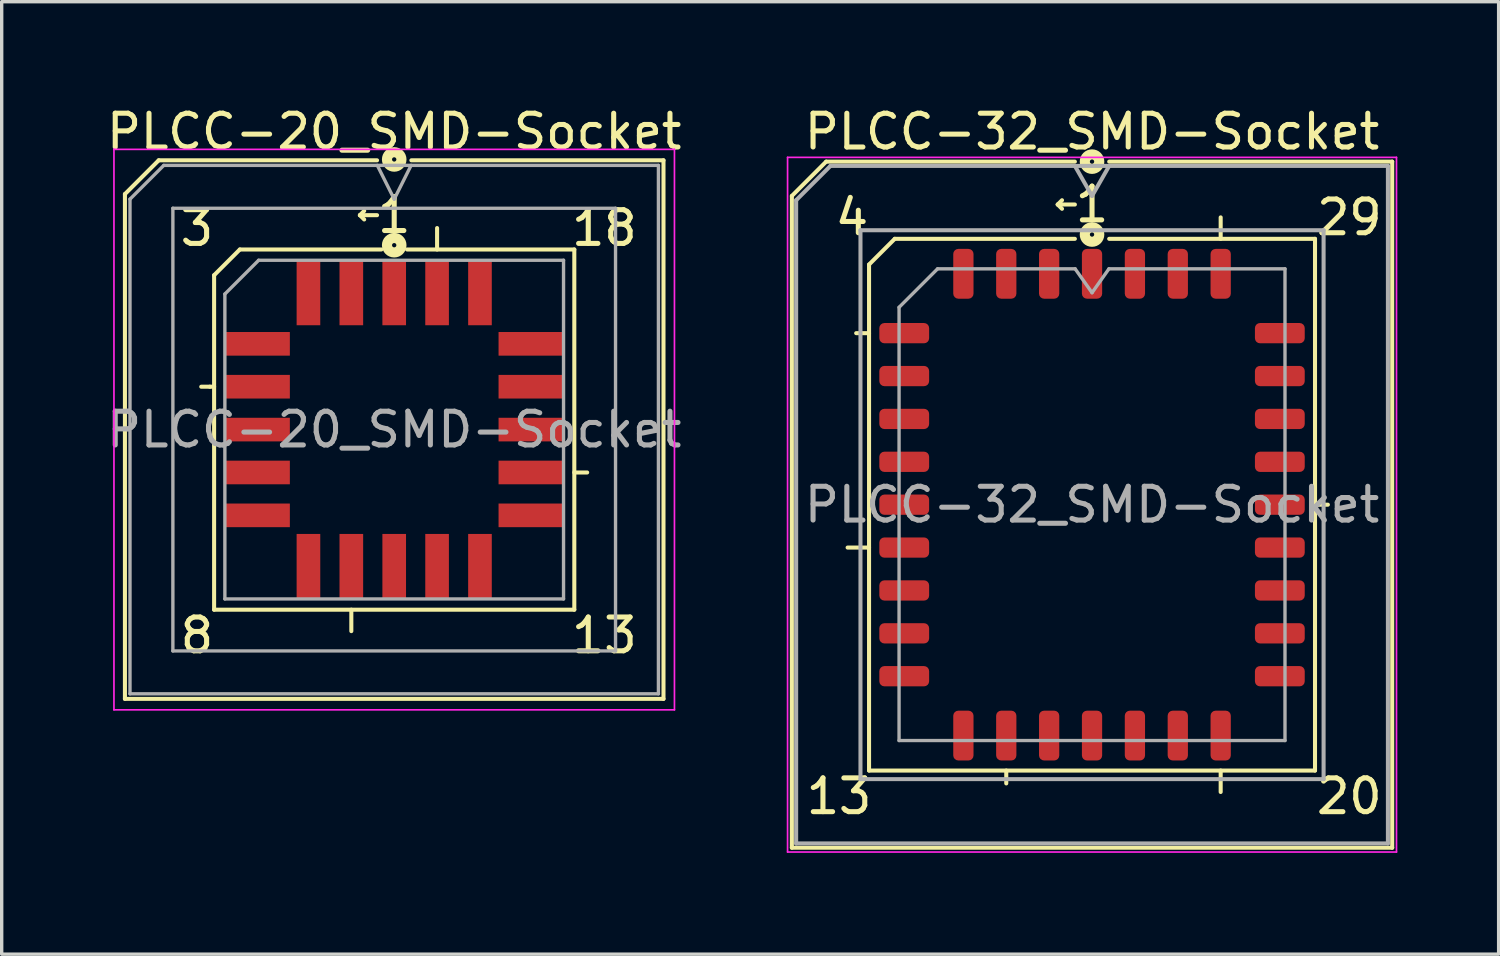
<source format=kicad_pcb>
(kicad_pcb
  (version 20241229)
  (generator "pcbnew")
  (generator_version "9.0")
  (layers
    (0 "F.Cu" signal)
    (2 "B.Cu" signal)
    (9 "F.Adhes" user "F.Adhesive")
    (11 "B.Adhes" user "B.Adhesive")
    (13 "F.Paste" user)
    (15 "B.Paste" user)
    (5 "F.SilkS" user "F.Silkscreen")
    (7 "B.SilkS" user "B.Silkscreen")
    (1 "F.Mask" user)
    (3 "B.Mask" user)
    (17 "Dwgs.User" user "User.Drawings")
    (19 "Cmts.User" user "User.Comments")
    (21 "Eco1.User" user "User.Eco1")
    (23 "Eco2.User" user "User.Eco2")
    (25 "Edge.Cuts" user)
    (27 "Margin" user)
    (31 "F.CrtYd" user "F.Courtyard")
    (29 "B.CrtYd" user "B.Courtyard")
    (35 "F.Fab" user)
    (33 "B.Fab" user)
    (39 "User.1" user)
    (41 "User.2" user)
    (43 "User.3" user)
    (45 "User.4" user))
  (footprint "PLCC-20_SMD-Socket"
    (layer "F.Cu")
    (at 8.625 9.673)
    (property "Reference" "PLCC-20_SMD-Socket" (at 0 -8.825 0) (layer "F.SilkS") (effects (font (size 1 1) (thickness 0.15))))
    (attr smd)
    (fp_line (start -7.975 -6.975) (end -7.975 7.975) (stroke (width 0.12) (type solid)) (layer "F.SilkS"))
    (fp_line (start -7.975 7.975) (end 7.975 7.975) (stroke (width 0.12) (type solid)) (layer "F.SilkS"))
    (fp_line (start -6.975 -7.975) (end -7.975 -6.975) (stroke (width 0.12) (type solid)) (layer "F.SilkS"))
    (fp_line (start -5.461 -1.27) (end -5.715 -1.27) (stroke (width 0.12) (type solid)) (layer "F.SilkS"))
    (fp_line (start -5.334 -4.572) (end -5.334 5.334) (stroke (width 0.12) (type solid)) (layer "F.SilkS"))
    (fp_line (start -5.334 -1.27) (end -5.461 -1.27) (stroke (width 0.12) (type solid)) (layer "F.SilkS"))
    (fp_line (start -5.334 5.334) (end 5.334 5.334) (stroke (width 0.12) (type solid)) (layer "F.SilkS"))
    (fp_line (start -4.572 -5.334) (end -5.334 -4.572) (stroke (width 0.12) (type solid)) (layer "F.SilkS"))
    (fp_line (start -1.27 5.334) (end -1.27 5.969) (stroke (width 0.12) (type solid)) (layer "F.SilkS"))
    (fp_line (start -1.016 -6.35) (end -0.889 -6.477) (stroke (width 0.12) (type solid)) (layer "F.SilkS"))
    (fp_line (start -1.016 -6.35) (end -0.889 -6.223) (stroke (width 0.12) (type solid)) (layer "F.SilkS"))
    (fp_line (start -0.508 -7.975) (end -6.975 -7.975) (stroke (width 0.12) (type solid)) (layer "F.SilkS"))
    (fp_line (start -0.508 -6.35) (end -1.016 -6.35) (stroke (width 0.12) (type solid)) (layer "F.SilkS"))
    (fp_line (start -0.381 -5.334) (end -4.572 -5.334) (stroke (width 0.12) (type solid)) (layer "F.SilkS"))
    (fp_line (start 1.27 -5.334) (end 1.27 -5.969) (stroke (width 0.12) (type solid)) (layer "F.SilkS"))
    (fp_line (start 5.334 -5.334) (end 0.381 -5.334) (stroke (width 0.12) (type solid)) (layer "F.SilkS"))
    (fp_line (start 5.334 1.27) (end 5.715 1.27) (stroke (width 0.12) (type solid)) (layer "F.SilkS"))
    (fp_line (start 5.334 5.334) (end 5.334 -5.334) (stroke (width 0.12) (type solid)) (layer "F.SilkS"))
    (fp_line (start 7.975 -7.975) (end 0.508 -7.975) (stroke (width 0.12) (type solid)) (layer "F.SilkS"))
    (fp_line (start 7.975 7.975) (end 7.975 -7.975) (stroke (width 0.12) (type solid)) (layer "F.SilkS"))
    (fp_circle (center 0 -8.001) (end 0.064 -8.001) (stroke (width 0.3) (type solid)) (fill no) (layer "F.SilkS"))
    (fp_circle (center 0 -5.461) (end 0.064 -5.461) (stroke (width 0.3) (type solid)) (fill no) (layer "F.SilkS"))
    (fp_line (start -8.3 -8.3) (end -8.3 8.3) (stroke (width 0.05) (type solid)) (layer "F.CrtYd"))
    (fp_line (start -8.3 8.3) (end 8.3 8.3) (stroke (width 0.05) (type solid)) (layer "F.CrtYd"))
    (fp_line (start 8.3 -8.3) (end -8.3 -8.3) (stroke (width 0.05) (type solid)) (layer "F.CrtYd"))
    (fp_line (start 8.3 8.3) (end 8.3 -8.3) (stroke (width 0.05) (type solid)) (layer "F.CrtYd"))
    (fp_line (start -7.825 -6.825) (end -7.825 7.825) (stroke (width 0.1) (type solid)) (layer "F.Fab"))
    (fp_line (start -7.825 7.825) (end 7.825 7.825) (stroke (width 0.1) (type solid)) (layer "F.Fab"))
    (fp_line (start -6.825 -7.825) (end -7.825 -6.825) (stroke (width 0.1) (type solid)) (layer "F.Fab"))
    (fp_line (start -6.555 -6.555) (end -6.555 6.555) (stroke (width 0.1) (type solid)) (layer "F.Fab"))
    (fp_line (start -6.555 6.555) (end 6.555 6.555) (stroke (width 0.1) (type solid)) (layer "F.Fab"))
    (fp_line (start -5.015 -4.015) (end -5.015 5.015) (stroke (width 0.1) (type solid)) (layer "F.Fab"))
    (fp_line (start -5.015 5.015) (end 5.015 5.015) (stroke (width 0.1) (type solid)) (layer "F.Fab"))
    (fp_line (start -4.015 -5.015) (end -5.015 -4.015) (stroke (width 0.1) (type solid)) (layer "F.Fab"))
    (fp_line (start -0.5 -7.825) (end 0 -6.825) (stroke (width 0.1) (type solid)) (layer "F.Fab"))
    (fp_line (start 0 -6.825) (end 0.5 -7.825) (stroke (width 0.1) (type solid)) (layer "F.Fab"))
    (fp_line (start 5.015 -5.015) (end -4.015 -5.015) (stroke (width 0.1) (type solid)) (layer "F.Fab"))
    (fp_line (start 5.015 5.015) (end 5.015 -5.015) (stroke (width 0.1) (type solid)) (layer "F.Fab"))
    (fp_line (start 6.555 -6.555) (end -6.555 -6.555) (stroke (width 0.1) (type solid)) (layer "F.Fab"))
    (fp_line (start 6.555 6.555) (end 6.555 -6.555) (stroke (width 0.1) (type solid)) (layer "F.Fab"))
    (fp_line (start 7.825 -7.825) (end -6.825 -7.825) (stroke (width 0.1) (type solid)) (layer "F.Fab"))
    (fp_line (start 7.825 7.825) (end 7.825 -7.825) (stroke (width 0.1) (type solid)) (layer "F.Fab"))
    (fp_text user "13" (at 6.223 6.096 0) (unlocked yes) (layer "F.SilkS") (effects (font (size 1 1) (thickness 0.15))))
    (fp_text user "3" (at -5.842 -5.969 0) (unlocked yes) (layer "F.SilkS") (effects (font (size 1 1) (thickness 0.15))))
    (fp_text user "8" (at -5.842 6.096 0) (unlocked yes) (layer "F.SilkS") (effects (font (size 1 1) (thickness 0.15))))
    (fp_text user "1" (at 0 -6.35 0) (unlocked yes) (layer "F.SilkS") (effects (font (size 1 1) (thickness 0.15))))
    (fp_text user "18" (at 6.223 -5.969 0) (unlocked yes) (layer "F.SilkS") (effects (font (size 1 1) (thickness 0.15))))
    (fp_text user "${REFERENCE}" (at 0 0 0) (layer "F.Fab") (effects (font (size 1 1) (thickness 0.15))))
    (pad "1" smd rect (at 0 -4.053) (size 0.7 1.925) (layers "F.Cu" "F.Mask" "F.Paste"))
    (pad "2" smd rect (at -1.27 -4.053) (size 0.7 1.925) (layers "F.Cu" "F.Mask" "F.Paste"))
    (pad "3" smd rect (at -2.54 -4.053) (size 0.7 1.925) (layers "F.Cu" "F.Mask" "F.Paste"))
    (pad "4" smd rect (at -4.053 -2.54) (size 1.925 0.7) (layers "F.Cu" "F.Mask" "F.Paste"))
    (pad "5" smd rect (at -4.053 -1.27) (size 1.925 0.7) (layers "F.Cu" "F.Mask" "F.Paste"))
    (pad "6" smd rect (at -4.053 0) (size 1.925 0.7) (layers "F.Cu" "F.Mask" "F.Paste"))
    (pad "7" smd rect (at -4.053 1.27) (size 1.925 0.7) (layers "F.Cu" "F.Mask" "F.Paste"))
    (pad "8" smd rect (at -4.053 2.54) (size 1.925 0.7) (layers "F.Cu" "F.Mask" "F.Paste"))
    (pad "9" smd rect (at -2.54 4.053) (size 0.7 1.925) (layers "F.Cu" "F.Mask" "F.Paste"))
    (pad "10" smd rect (at -1.27 4.053) (size 0.7 1.925) (layers "F.Cu" "F.Mask" "F.Paste"))
    (pad "11" smd rect (at 0 4.053) (size 0.7 1.925) (layers "F.Cu" "F.Mask" "F.Paste"))
    (pad "12" smd rect (at 1.27 4.053) (size 0.7 1.925) (layers "F.Cu" "F.Mask" "F.Paste"))
    (pad "13" smd rect (at 2.54 4.053) (size 0.7 1.925) (layers "F.Cu" "F.Mask" "F.Paste"))
    (pad "14" smd rect (at 4.053 2.54) (size 1.925 0.7) (layers "F.Cu" "F.Mask" "F.Paste"))
    (pad "15" smd rect (at 4.053 1.27) (size 1.925 0.7) (layers "F.Cu" "F.Mask" "F.Paste"))
    (pad "16" smd rect (at 4.053 0) (size 1.925 0.7) (layers "F.Cu" "F.Mask" "F.Paste"))
    (pad "17" smd rect (at 4.053 -1.27) (size 1.925 0.7) (layers "F.Cu" "F.Mask" "F.Paste"))
    (pad "18" smd rect (at 4.053 -2.54) (size 1.925 0.7) (layers "F.Cu" "F.Mask" "F.Paste"))
    (pad "19" smd rect (at 2.54 -4.053) (size 0.7 1.925) (layers "F.Cu" "F.Mask" "F.Paste"))
    (pad "20" smd rect (at 1.27 -4.053) (size 0.7 1.925) (layers "F.Cu" "F.Mask" "F.Paste")))
  (footprint "PLCC-32_SMD-Socket"
    (layer "F.Cu")
    (at 29.292 11.897)
    (property "Reference" "PLCC-32_SMD-Socket" (at 0 -11.049 0) (layer "F.SilkS") (effects (font (size 1 1) (thickness 0.15))))
    (attr smd)
    (fp_line (start -8.89 -9.144) (end -8.89 10.16) (stroke (width 0.12) (type solid)) (layer "F.SilkS"))
    (fp_line (start -8.89 10.16) (end 8.89 10.16) (stroke (width 0.12) (type solid)) (layer "F.SilkS"))
    (fp_line (start -7.874 -10.16) (end -8.89 -9.144) (stroke (width 0.12) (type solid)) (layer "F.SilkS"))
    (fp_line (start -6.604 -7.112) (end -6.604 7.874) (stroke (width 0.12) (type solid)) (layer "F.SilkS"))
    (fp_line (start -6.604 -5.08) (end -6.985 -5.08) (stroke (width 0.12) (type solid)) (layer "F.SilkS"))
    (fp_line (start -6.604 1.27) (end -7.239 1.27) (stroke (width 0.12) (type solid)) (layer "F.SilkS"))
    (fp_line (start -6.604 7.874) (end 6.604 7.874) (stroke (width 0.12) (type solid)) (layer "F.SilkS"))
    (fp_line (start -5.842 -7.874) (end -6.604 -7.112) (stroke (width 0.12) (type solid)) (layer "F.SilkS"))
    (fp_line (start -2.54 7.874) (end -2.54 8.255) (stroke (width 0.12) (type solid)) (layer "F.SilkS"))
    (fp_line (start -1.016 -8.89) (end -0.889 -9.017) (stroke (width 0.12) (type solid)) (layer "F.SilkS"))
    (fp_line (start -1.016 -8.89) (end -0.889 -8.763) (stroke (width 0.12) (type solid)) (layer "F.SilkS"))
    (fp_line (start -0.508 -10.16) (end -7.874 -10.16) (stroke (width 0.12) (type solid)) (layer "F.SilkS"))
    (fp_line (start -0.508 -8.89) (end -1.016 -8.89) (stroke (width 0.12) (type solid)) (layer "F.SilkS"))
    (fp_line (start -0.508 -7.874) (end -5.842 -7.874) (stroke (width 0.12) (type solid)) (layer "F.SilkS"))
    (fp_line (start 3.81 -7.874) (end 3.81 -8.509) (stroke (width 0.12) (type solid)) (layer "F.SilkS"))
    (fp_line (start 3.81 7.874) (end 3.81 8.509) (stroke (width 0.12) (type solid)) (layer "F.SilkS"))
    (fp_line (start 6.604 -7.874) (end 0.508 -7.874) (stroke (width 0.12) (type solid)) (layer "F.SilkS"))
    (fp_line (start 6.604 0) (end 6.985 0) (stroke (width 0.12) (type solid)) (layer "F.SilkS"))
    (fp_line (start 6.604 7.874) (end 6.604 -7.874) (stroke (width 0.12) (type solid)) (layer "F.SilkS"))
    (fp_line (start 8.89 -10.16) (end 0.508 -10.16) (stroke (width 0.12) (type solid)) (layer "F.SilkS"))
    (fp_line (start 8.89 10.16) (end 8.89 -10.16) (stroke (width 0.12) (type solid)) (layer "F.SilkS"))
    (fp_circle (center 0 -10.16) (end 0.064 -10.16) (stroke (width 0.3) (type solid)) (fill no) (layer "F.SilkS"))
    (fp_circle (center 0 -8.001) (end 0.064 -8.001) (stroke (width 0.3) (type solid)) (fill no) (layer "F.SilkS"))
    (fp_line (start -9.017 -10.287) (end -9.017 10.287) (stroke (width 0.05) (type solid)) (layer "F.CrtYd"))
    (fp_line (start -9.017 10.287) (end 9.017 10.287) (stroke (width 0.05) (type solid)) (layer "F.CrtYd"))
    (fp_line (start 9.017 -10.287) (end -9.017 -10.287) (stroke (width 0.05) (type solid)) (layer "F.CrtYd"))
    (fp_line (start 9.017 10.287) (end 9.017 -10.287) (stroke (width 0.05) (type solid)) (layer "F.CrtYd"))
    (fp_line (start -8.763 -9.017) (end -7.747 -10.033) (stroke (width 0.12) (type solid)) (layer "F.Fab"))
    (fp_line (start -8.763 10.033) (end -8.763 -9.017) (stroke (width 0.12) (type solid)) (layer "F.Fab"))
    (fp_line (start -7.747 -10.033) (end 8.763 -10.033) (stroke (width 0.12) (type solid)) (layer "F.Fab"))
    (fp_line (start -6.858 -8.128) (end 6.858 -8.128) (stroke (width 0.12) (type solid)) (layer "F.Fab"))
    (fp_line (start -6.858 8.128) (end -6.858 -8.128) (stroke (width 0.12) (type solid)) (layer "F.Fab"))
    (fp_line (start -5.715 -5.845) (end -4.575 -6.985) (stroke (width 0.1) (type solid)) (layer "F.Fab"))
    (fp_line (start -5.715 6.985) (end -5.715 -5.845) (stroke (width 0.1) (type solid)) (layer "F.Fab"))
    (fp_line (start -4.575 -6.985) (end -0.5 -6.985) (stroke (width 0.1) (type solid)) (layer "F.Fab"))
    (fp_line (start -0.508 -10.033) (end 0 -9.144) (stroke (width 0.12) (type solid)) (layer "F.Fab"))
    (fp_line (start -0.5 -6.985) (end 0 -6.278) (stroke (width 0.1) (type solid)) (layer "F.Fab"))
    (fp_line (start 0 -9.144) (end 0.508 -10.033) (stroke (width 0.12) (type solid)) (layer "F.Fab"))
    (fp_line (start 0 -6.278) (end 0.5 -6.985) (stroke (width 0.1) (type solid)) (layer "F.Fab"))
    (fp_line (start 0.5 -6.985) (end 5.715 -6.985) (stroke (width 0.1) (type solid)) (layer "F.Fab"))
    (fp_line (start 5.715 -6.985) (end 5.715 6.985) (stroke (width 0.1) (type solid)) (layer "F.Fab"))
    (fp_line (start 5.715 6.985) (end -5.715 6.985) (stroke (width 0.1) (type solid)) (layer "F.Fab"))
    (fp_line (start 6.858 -8.128) (end 6.858 8.128) (stroke (width 0.12) (type solid)) (layer "F.Fab"))
    (fp_line (start 6.858 8.128) (end -6.858 8.128) (stroke (width 0.12) (type solid)) (layer "F.Fab"))
    (fp_line (start 8.763 -10.033) (end 8.763 10.033) (stroke (width 0.12) (type solid)) (layer "F.Fab"))
    (fp_line (start 8.763 10.033) (end -8.763 10.033) (stroke (width 0.12) (type solid)) (layer "F.Fab"))
    (fp_text user "29" (at 7.62 -8.509 0) (unlocked yes) (layer "F.SilkS") (effects (font (size 1 1) (thickness 0.15))))
    (fp_text user "20" (at 7.62 8.636 0) (unlocked yes) (layer "F.SilkS") (effects (font (size 1 1) (thickness 0.15))))
    (fp_text user "4" (at -7.112 -8.509 0) (unlocked yes) (layer "F.SilkS") (effects (font (size 1 1) (thickness 0.15))))
    (fp_text user "1" (at 0 -8.89 0) (unlocked yes) (layer "F.SilkS") (effects (font (size 1 1) (thickness 0.15))))
    (fp_text user "13" (at -7.493 8.636 0) (unlocked yes) (layer "F.SilkS") (effects (font (size 1 1) (thickness 0.15))))
    (fp_text user "${REFERENCE}" (at 0 0 0) (layer "F.Fab") (effects (font (size 1 1) (thickness 0.15))))
    (pad "1" smd roundrect (at 0 -6.838) (size 0.6 1.475) (layers "F.Cu" "F.Mask" "F.Paste") (roundrect_rratio 0.25))
    (pad "2" smd roundrect (at -1.27 -6.838) (size 0.6 1.475) (layers "F.Cu" "F.Mask" "F.Paste") (roundrect_rratio 0.25))
    (pad "3" smd roundrect (at -2.54 -6.838) (size 0.6 1.475) (layers "F.Cu" "F.Mask" "F.Paste") (roundrect_rratio 0.25))
    (pad "4" smd roundrect (at -3.81 -6.838) (size 0.6 1.475) (layers "F.Cu" "F.Mask" "F.Paste") (roundrect_rratio 0.25))
    (pad "5" smd roundrect (at -5.562 -5.08) (size 1.475 0.6) (layers "F.Cu" "F.Mask" "F.Paste") (roundrect_rratio 0.25))
    (pad "6" smd roundrect (at -5.562 -3.81) (size 1.475 0.6) (layers "F.Cu" "F.Mask" "F.Paste") (roundrect_rratio 0.25))
    (pad "7" smd roundrect (at -5.562 -2.54) (size 1.475 0.6) (layers "F.Cu" "F.Mask" "F.Paste") (roundrect_rratio 0.25))
    (pad "8" smd roundrect (at -5.562 -1.27) (size 1.475 0.6) (layers "F.Cu" "F.Mask" "F.Paste") (roundrect_rratio 0.25))
    (pad "9" smd roundrect (at -5.562 0) (size 1.475 0.6) (layers "F.Cu" "F.Mask" "F.Paste") (roundrect_rratio 0.25))
    (pad "10" smd roundrect (at -5.562 1.27) (size 1.475 0.6) (layers "F.Cu" "F.Mask" "F.Paste") (roundrect_rratio 0.25))
    (pad "11" smd roundrect (at -5.562 2.54) (size 1.475 0.6) (layers "F.Cu" "F.Mask" "F.Paste") (roundrect_rratio 0.25))
    (pad "12" smd roundrect (at -5.562 3.81) (size 1.475 0.6) (layers "F.Cu" "F.Mask" "F.Paste") (roundrect_rratio 0.25))
    (pad "13" smd roundrect (at -5.562 5.08) (size 1.475 0.6) (layers "F.Cu" "F.Mask" "F.Paste") (roundrect_rratio 0.25))
    (pad "14" smd roundrect (at -3.81 6.838) (size 0.6 1.475) (layers "F.Cu" "F.Mask" "F.Paste") (roundrect_rratio 0.25))
    (pad "15" smd roundrect (at -2.54 6.838) (size 0.6 1.475) (layers "F.Cu" "F.Mask" "F.Paste") (roundrect_rratio 0.25))
    (pad "16" smd roundrect (at -1.27 6.838) (size 0.6 1.475) (layers "F.Cu" "F.Mask" "F.Paste") (roundrect_rratio 0.25))
    (pad "17" smd roundrect (at 0 6.838) (size 0.6 1.475) (layers "F.Cu" "F.Mask" "F.Paste") (roundrect_rratio 0.25))
    (pad "18" smd roundrect (at 1.27 6.838) (size 0.6 1.475) (layers "F.Cu" "F.Mask" "F.Paste") (roundrect_rratio 0.25))
    (pad "19" smd roundrect (at 2.54 6.838) (size 0.6 1.475) (layers "F.Cu" "F.Mask" "F.Paste") (roundrect_rratio 0.25))
    (pad "20" smd roundrect (at 3.81 6.838) (size 0.6 1.475) (layers "F.Cu" "F.Mask" "F.Paste") (roundrect_rratio 0.25))
    (pad "21" smd roundrect (at 5.562 5.08) (size 1.475 0.6) (layers "F.Cu" "F.Mask" "F.Paste") (roundrect_rratio 0.25))
    (pad "22" smd roundrect (at 5.562 3.81) (size 1.475 0.6) (layers "F.Cu" "F.Mask" "F.Paste") (roundrect_rratio 0.25))
    (pad "23" smd roundrect (at 5.562 2.54) (size 1.475 0.6) (layers "F.Cu" "F.Mask" "F.Paste") (roundrect_rratio 0.25))
    (pad "24" smd roundrect (at 5.562 1.27) (size 1.475 0.6) (layers "F.Cu" "F.Mask" "F.Paste") (roundrect_rratio 0.25))
    (pad "25" smd roundrect (at 5.562 0) (size 1.475 0.6) (layers "F.Cu" "F.Mask" "F.Paste") (roundrect_rratio 0.25))
    (pad "26" smd roundrect (at 5.562 -1.27) (size 1.475 0.6) (layers "F.Cu" "F.Mask" "F.Paste") (roundrect_rratio 0.25))
    (pad "27" smd roundrect (at 5.562 -2.54) (size 1.475 0.6) (layers "F.Cu" "F.Mask" "F.Paste") (roundrect_rratio 0.25))
    (pad "28" smd roundrect (at 5.562 -3.81) (size 1.475 0.6) (layers "F.Cu" "F.Mask" "F.Paste") (roundrect_rratio 0.25))
    (pad "29" smd roundrect (at 5.562 -5.08) (size 1.475 0.6) (layers "F.Cu" "F.Mask" "F.Paste") (roundrect_rratio 0.25))
    (pad "30" smd roundrect (at 3.81 -6.838) (size 0.6 1.475) (layers "F.Cu" "F.Mask" "F.Paste") (roundrect_rratio 0.25))
    (pad "31" smd roundrect (at 2.54 -6.838) (size 0.6 1.475) (layers "F.Cu" "F.Mask" "F.Paste") (roundrect_rratio 0.25))
    (pad "32" smd roundrect (at 1.27 -6.838) (size 0.6 1.475) (layers "F.Cu" "F.Mask" "F.Paste") (roundrect_rratio 0.25)))
  (gr_rect
    (start -3 -3)
    (end 41.334 25.209)
    (stroke (width 0.1) (type default))
    (fill no)
    (layer "Edge.Cuts")))
</source>
